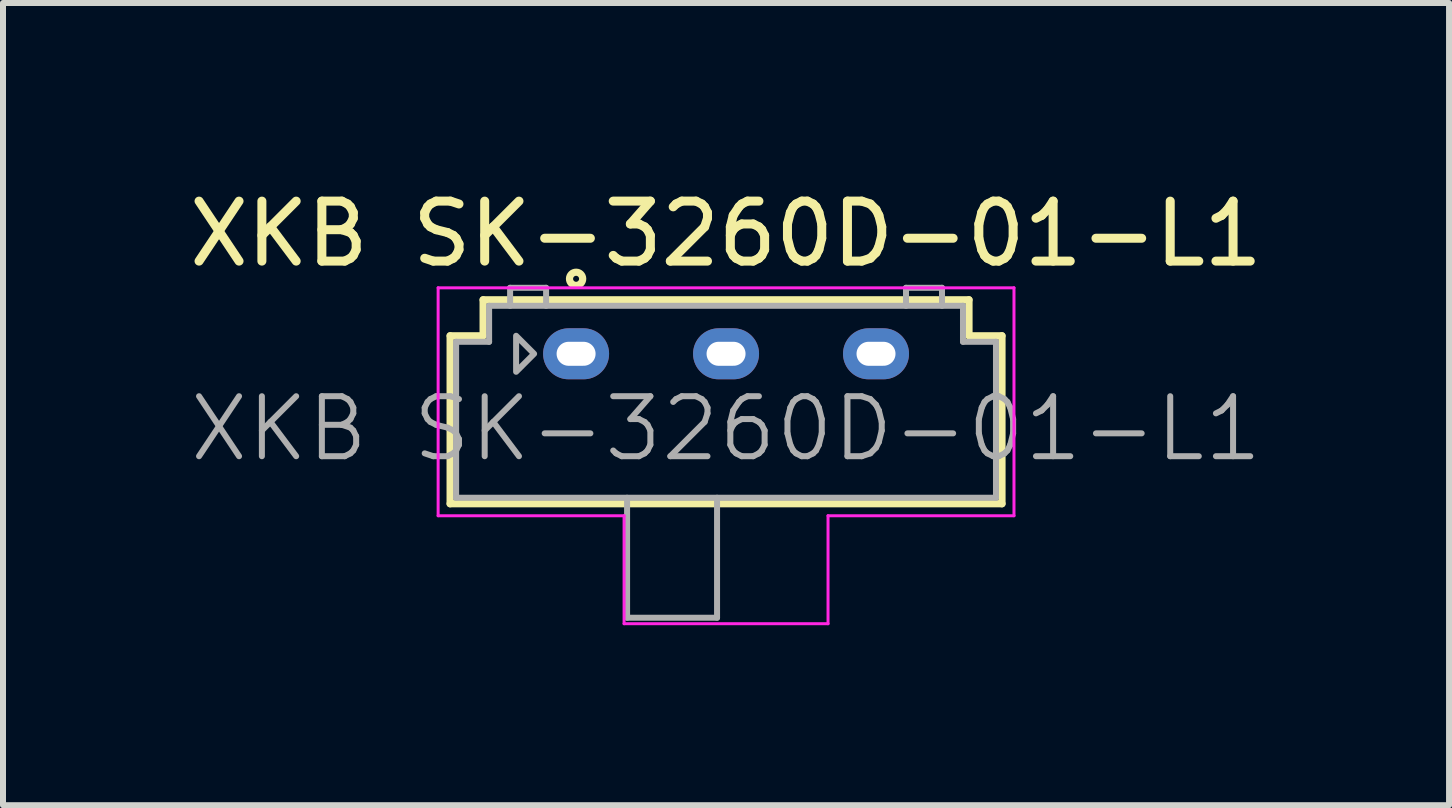
<source format=kicad_pcb>
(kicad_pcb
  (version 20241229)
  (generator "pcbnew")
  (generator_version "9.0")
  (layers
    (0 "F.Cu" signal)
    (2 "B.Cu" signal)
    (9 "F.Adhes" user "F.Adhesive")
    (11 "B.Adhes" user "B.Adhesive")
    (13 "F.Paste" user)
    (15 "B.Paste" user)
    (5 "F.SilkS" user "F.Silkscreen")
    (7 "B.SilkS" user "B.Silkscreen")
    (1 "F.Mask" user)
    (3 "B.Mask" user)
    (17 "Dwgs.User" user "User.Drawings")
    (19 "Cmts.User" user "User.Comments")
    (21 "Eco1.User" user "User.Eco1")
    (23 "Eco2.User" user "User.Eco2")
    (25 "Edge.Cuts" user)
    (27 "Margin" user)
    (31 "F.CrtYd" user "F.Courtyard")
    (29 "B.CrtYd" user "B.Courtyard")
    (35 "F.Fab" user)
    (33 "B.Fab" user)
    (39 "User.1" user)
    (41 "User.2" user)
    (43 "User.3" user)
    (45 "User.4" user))
  (footprint "XKB SK-3260D-01-L1"
    (layer "F.Cu")
    (at 6.554 2.848)
    (property "Reference" "XKB SK-3260D-01-L1" (at 2.5 -2 0) (layer "F.SilkS") (effects (font (size 1 1) (thickness 0.15))))
    (attr through_hole)
    (fp_line (start -2.1 -0.3) (end -2.1 2.5) (stroke (width 0.12) (type solid)) (layer "F.SilkS"))
    (fp_line (start -1.55 -0.9) (end -1.55 -0.3) (stroke (width 0.12) (type solid)) (layer "F.SilkS"))
    (fp_line (start -1.55 -0.9) (end 6.55 -0.9) (stroke (width 0.12) (type solid)) (layer "F.SilkS"))
    (fp_line (start -1.55 -0.3) (end -2.1 -0.3) (stroke (width 0.12) (type solid)) (layer "F.SilkS"))
    (fp_line (start 6.55 -0.9) (end 6.55 -0.3) (stroke (width 0.12) (type solid)) (layer "F.SilkS"))
    (fp_line (start 7.1 -0.3) (end 6.55 -0.3) (stroke (width 0.12) (type solid)) (layer "F.SilkS"))
    (fp_line (start 7.1 -0.3) (end 7.1 2.5) (stroke (width 0.12) (type solid)) (layer "F.SilkS"))
    (fp_line (start 7.1 2.5) (end -2.1 2.5) (stroke (width 0.12) (type solid)) (layer "F.SilkS"))
    (fp_circle (center 0 -1.25) (end 0.05 -1.25) (stroke (width 0.12) (type default)) (fill no) (layer "F.SilkS"))
    (fp_line (start -2.3 -1.1) (end 7.3 -1.1) (stroke (width 0.05) (type solid)) (layer "F.CrtYd"))
    (fp_line (start -2.3 2.7) (end -2.3 -1.1) (stroke (width 0.05) (type solid)) (layer "F.CrtYd"))
    (fp_line (start -2.3 2.7) (end 0.8 2.7) (stroke (width 0.05) (type solid)) (layer "F.CrtYd"))
    (fp_line (start 0.8 4.5) (end 0.8 2.7) (stroke (width 0.05) (type solid)) (layer "F.CrtYd"))
    (fp_line (start 4.2 2.7) (end 7.3 2.7) (stroke (width 0.05) (type solid)) (layer "F.CrtYd"))
    (fp_line (start 4.2 4.5) (end 0.8 4.5) (stroke (width 0.05) (type solid)) (layer "F.CrtYd"))
    (fp_line (start 4.2 4.5) (end 4.2 2.7) (stroke (width 0.05) (type solid)) (layer "F.CrtYd"))
    (fp_line (start 7.3 2.7) (end 7.3 -1.1) (stroke (width 0.05) (type solid)) (layer "F.CrtYd"))
    (fp_line (start -2 -0.2) (end -2 2.4) (stroke (width 0.1) (type solid)) (layer "F.Fab"))
    (fp_line (start -1.45 -0.8) (end -1.45 -0.2) (stroke (width 0.1) (type solid)) (layer "F.Fab"))
    (fp_line (start -1.45 -0.2) (end -2 -0.2) (stroke (width 0.1) (type solid)) (layer "F.Fab"))
    (fp_line (start -1.1 -1.1) (end -1.1 -0.8) (stroke (width 0.1) (type solid)) (layer "F.Fab"))
    (fp_line (start -1.1 -1.1) (end -0.5 -1.1) (stroke (width 0.1) (type solid)) (layer "F.Fab"))
    (fp_line (start -0.5 -1.1) (end -0.5 -0.8) (stroke (width 0.1) (type solid)) (layer "F.Fab"))
    (fp_line (start 0.85 2.4) (end 0.85 4.4) (stroke (width 0.1) (type solid)) (layer "F.Fab"))
    (fp_line (start 2.35 2.4) (end 2.35 4.4) (stroke (width 0.1) (type solid)) (layer "F.Fab"))
    (fp_line (start 2.35 4.4) (end 0.85 4.4) (stroke (width 0.1) (type solid)) (layer "F.Fab"))
    (fp_line (start 5.5 -1.1) (end 5.5 -0.8) (stroke (width 0.1) (type solid)) (layer "F.Fab"))
    (fp_line (start 5.5 -1.1) (end 6.1 -1.1) (stroke (width 0.1) (type solid)) (layer "F.Fab"))
    (fp_line (start 6.1 -0.8) (end 6.1 -1.1) (stroke (width 0.1) (type solid)) (layer "F.Fab"))
    (fp_line (start 6.45 -0.8) (end -1.45 -0.8) (stroke (width 0.1) (type solid)) (layer "F.Fab"))
    (fp_line (start 6.45 -0.8) (end 6.45 -0.2) (stroke (width 0.1) (type solid)) (layer "F.Fab"))
    (fp_line (start 7 -0.2) (end 6.45 -0.2) (stroke (width 0.1) (type solid)) (layer "F.Fab"))
    (fp_line (start 7 2.4) (end -2 2.4) (stroke (width 0.1) (type solid)) (layer "F.Fab"))
    (fp_line (start 7 2.4) (end 7 -0.2) (stroke (width 0.1) (type solid)) (layer "F.Fab"))
    (fp_poly (pts (xy -1 -0.3) (xy -0.7 0) (xy -1 0.3)) (stroke (width 0.1) (type solid)) (fill no) (layer "F.Fab"))
    (fp_text user "${REFERENCE}" (at 2.5 1.25 0) (layer "F.Fab") (effects (font (size 1 1) (thickness 0.1))))
    (pad "1" thru_hole oval (at 0 0) (size 1.1 0.85) (drill oval 0.65 0.4) (layers "*.Cu" "*.Mask"))
    (pad "2" thru_hole oval (at 2.5 0) (size 1.1 0.85) (drill oval 0.65 0.4) (layers "*.Cu" "*.Mask"))
    (pad "3" thru_hole oval (at 5 0) (size 1.1 0.85) (drill oval 0.65 0.4) (layers "*.Cu" "*.Mask")))
  (gr_rect
    (start -3 -3)
    (end 21.107 10.373)
    (stroke (width 0.1) (type default))
    (fill no)
    (layer "Edge.Cuts")))
</source>
